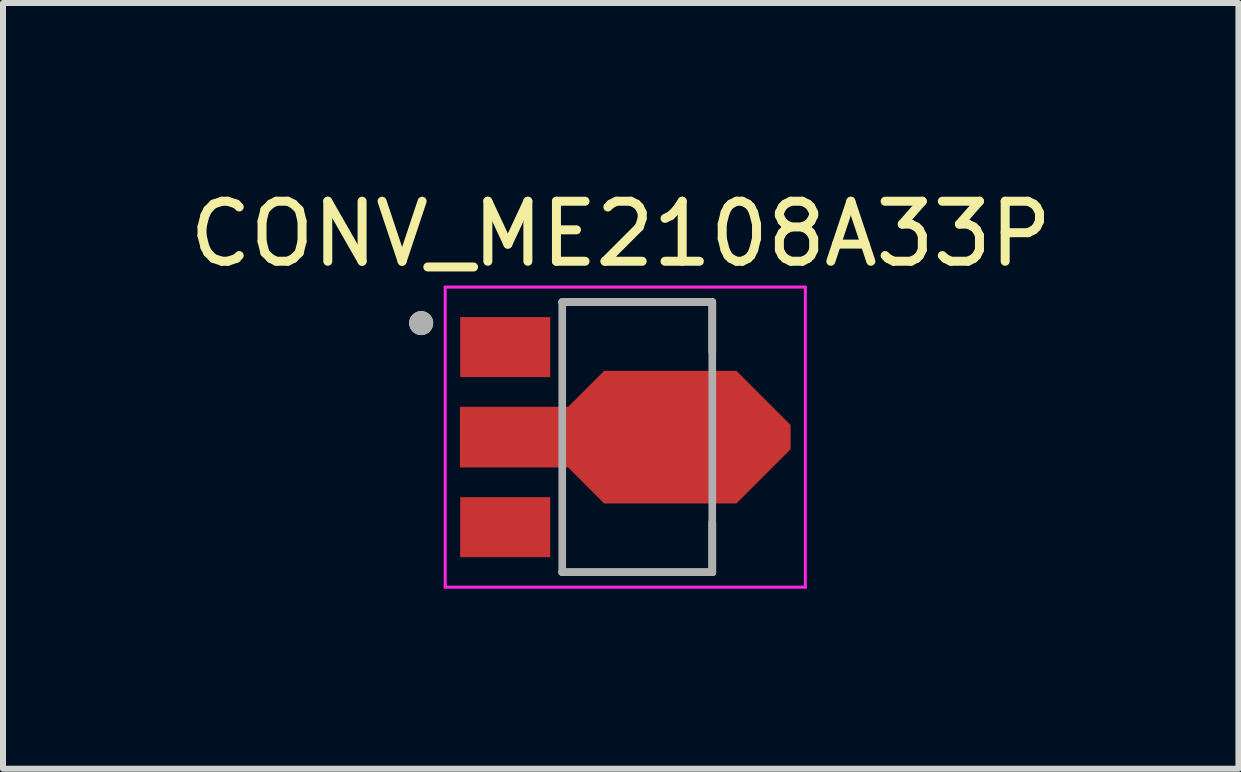
<source format=kicad_pcb>
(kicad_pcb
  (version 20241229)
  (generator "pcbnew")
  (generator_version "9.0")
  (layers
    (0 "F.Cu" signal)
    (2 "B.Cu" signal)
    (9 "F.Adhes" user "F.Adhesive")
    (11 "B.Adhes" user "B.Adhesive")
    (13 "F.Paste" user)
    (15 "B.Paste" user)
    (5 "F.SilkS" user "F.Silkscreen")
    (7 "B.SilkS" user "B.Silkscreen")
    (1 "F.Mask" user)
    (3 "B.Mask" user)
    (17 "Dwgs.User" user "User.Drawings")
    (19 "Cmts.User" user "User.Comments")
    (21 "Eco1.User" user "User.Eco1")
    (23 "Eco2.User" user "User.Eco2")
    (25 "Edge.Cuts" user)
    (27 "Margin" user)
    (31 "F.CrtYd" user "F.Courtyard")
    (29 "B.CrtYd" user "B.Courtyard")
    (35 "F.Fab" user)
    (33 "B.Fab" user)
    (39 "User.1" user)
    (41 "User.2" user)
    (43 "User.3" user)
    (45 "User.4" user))
  (footprint "CONV_ME2108A33P"
    (layer "F.Cu")
    (at 7.367 4.233)
    (property "Reference" "CONV_ME2108A33P" (at -0.075 -3.385 0) (layer "F.SilkS") (effects (font (size 1 1) (thickness 0.15))))
    (attr smd)
    (fp_poly (pts (xy -2.82 -2.07) (xy -1.18 -2.07) (xy -1.18 -0.93) (xy -2.82 -0.93)) (stroke (width 0.01) (type solid)) (fill yes) (layer "F.Mask"))
    (fp_poly (pts (xy -2.82 0.93) (xy -1.18 0.93) (xy -1.18 2.07) (xy -2.82 2.07)) (stroke (width 0.01) (type solid)) (fill yes) (layer "F.Mask"))
    (fp_poly (pts (xy -2.82 -0.57) (xy -0.985 -0.57) (xy -0.385 -1.17) (xy 1.885 -1.17) (xy 2.82 -0.235) (xy 2.82 0.235) (xy 1.885 1.17) (xy -0.385 1.17) (xy -0.985 0.57) (xy -2.82 0.57)) (stroke (width 0.01) (type solid)) (fill yes) (layer "F.Mask"))
    (fp_line (start -1.05 -2.25) (end 1.45 -2.25) (stroke (width 0.127) (type solid)) (layer "F.SilkS"))
    (fp_line (start 1.45 -2.25) (end 1.45 -1.42) (stroke (width 0.127) (type solid)) (layer "F.SilkS"))
    (fp_line (start 1.45 1.42) (end 1.45 2.25) (stroke (width 0.127) (type solid)) (layer "F.SilkS"))
    (fp_line (start 1.45 2.25) (end -1.05 2.25) (stroke (width 0.127) (type solid)) (layer "F.SilkS"))
    (fp_circle (center -3.4 -1.9) (end -3.3 -1.9) (stroke (width 0.2) (type solid)) (fill no) (layer "F.SilkS"))
    (fp_poly (pts (xy -2.75 -0.5) (xy -0.95 -0.5) (xy -0.35 -1.1) (xy 1.85 -1.1) (xy 2.75 -0.2) (xy 2.75 0.2) (xy 1.85 1.1) (xy -0.35 1.1) (xy -0.95 0.5) (xy -2.75 0.5)) (stroke (width 0.01) (type solid)) (fill yes) (layer "F.Paste"))
    (fp_line (start -3 -2.5) (end 3 -2.5) (stroke (width 0.05) (type solid)) (layer "F.CrtYd"))
    (fp_line (start -3 2.5) (end -3 -2.5) (stroke (width 0.05) (type solid)) (layer "F.CrtYd"))
    (fp_line (start 3 -2.5) (end 3 2.5) (stroke (width 0.05) (type solid)) (layer "F.CrtYd"))
    (fp_line (start 3 2.5) (end -3 2.5) (stroke (width 0.05) (type solid)) (layer "F.CrtYd"))
    (fp_line (start -1.05 -2.25) (end 1.45 -2.25) (stroke (width 0.127) (type solid)) (layer "F.Fab"))
    (fp_line (start -1.05 2.25) (end -1.05 -2.25) (stroke (width 0.127) (type solid)) (layer "F.Fab"))
    (fp_line (start 1.45 -2.25) (end 1.45 2.25) (stroke (width 0.127) (type solid)) (layer "F.Fab"))
    (fp_line (start 1.45 2.25) (end -1.05 2.25) (stroke (width 0.127) (type solid)) (layer "F.Fab"))
    (fp_circle (center -3.4 -1.9) (end -3.3 -1.9) (stroke (width 0.2) (type solid)) (fill no) (layer "F.Fab"))
    (pad "1" smd rect (at -2 -1.5) (size 1.5 1) (layers "F.Cu" "F.Paste"))
    (pad "2" smd custom (at -2 0) (size 1.4 0.9) (layers "F.Cu") (options (anchor rect)) (primitives (gr_poly (pts (xy -0.75 -0.5) (xy 1.05 -0.5) (xy 1.65 -1.1) (xy 3.85 -1.1) (xy 4.75 -0.2) (xy 4.75 0.2) (xy 3.85 1.1) (xy 1.65 1.1) (xy 1.05 0.5) (xy -0.75 0.5)) (width 0.01) (fill yes))))
    (pad "3" smd rect (at -2 1.5) (size 1.5 1) (layers "F.Cu" "F.Paste")))
  (gr_rect
    (start -3 -3)
    (end 17.583 9.758)
    (stroke (width 0.1) (type default))
    (fill no)
    (layer "Edge.Cuts")))
</source>
